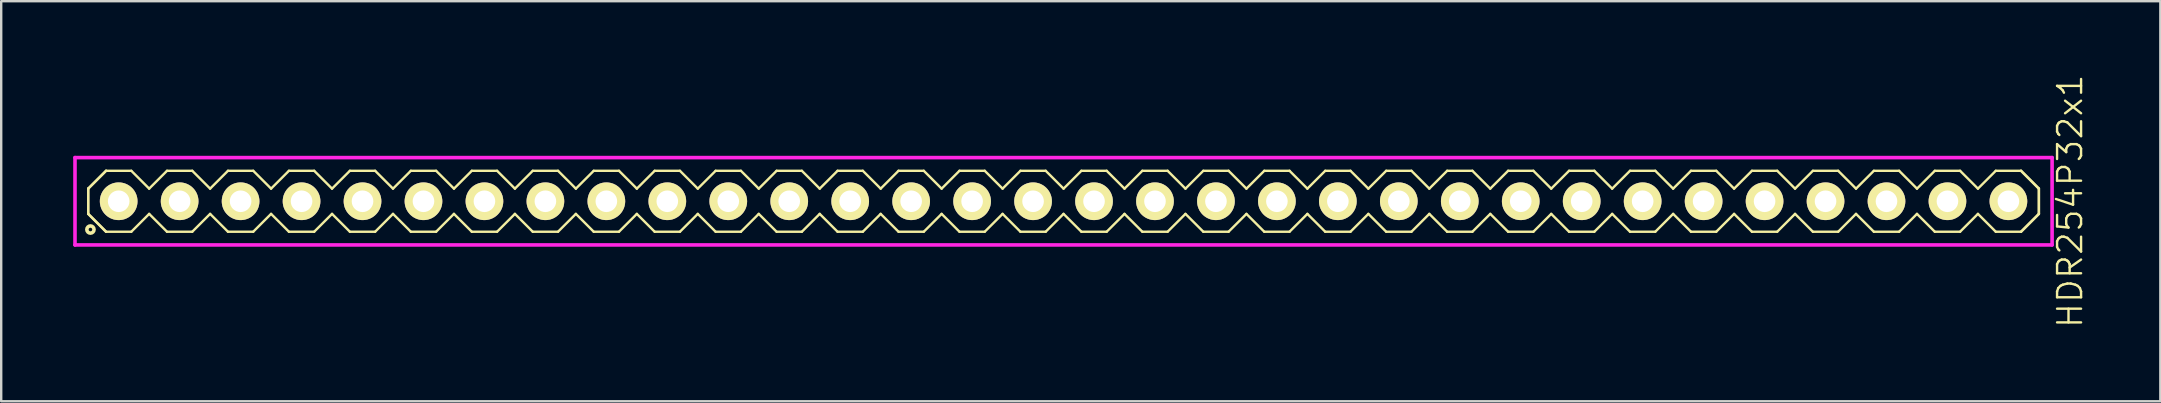
<source format=kicad_pcb>
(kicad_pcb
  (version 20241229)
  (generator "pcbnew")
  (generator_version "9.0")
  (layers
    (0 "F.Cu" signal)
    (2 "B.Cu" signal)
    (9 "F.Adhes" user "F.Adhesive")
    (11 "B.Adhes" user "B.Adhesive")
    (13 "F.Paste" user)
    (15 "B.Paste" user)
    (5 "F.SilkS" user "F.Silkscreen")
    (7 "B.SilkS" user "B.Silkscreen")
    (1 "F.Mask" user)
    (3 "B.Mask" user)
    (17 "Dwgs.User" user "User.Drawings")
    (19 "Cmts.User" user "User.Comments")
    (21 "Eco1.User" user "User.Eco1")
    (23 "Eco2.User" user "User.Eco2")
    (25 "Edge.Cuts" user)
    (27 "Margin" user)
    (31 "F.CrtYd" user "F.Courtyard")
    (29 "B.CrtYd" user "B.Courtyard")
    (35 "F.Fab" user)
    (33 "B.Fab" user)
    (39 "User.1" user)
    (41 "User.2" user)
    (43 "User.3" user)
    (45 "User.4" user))
  (footprint "HDR254P32x1"
    (layer "F.Cu")
    (at 41.265 5.336)
    (property "Reference" "HDR254P32x1" (at 41.94 0 90) (layer "F.SilkS") (effects (font (size 1 1) (thickness 0.1))))
    (attr through_hole)
    (fp_line (start -40.64 -0.526) (end -39.896 -1.27) (stroke (width 0.1) (type solid)) (layer "F.SilkS"))
    (fp_line (start -40.64 -0.526) (end -39.896 -1.27) (stroke (width 0.1) (type solid)) (layer "F.SilkS"))
    (fp_line (start -40.64 0.526) (end -40.64 -0.526) (stroke (width 0.1) (type solid)) (layer "F.SilkS"))
    (fp_line (start -40.64 0.526) (end -40.64 -0.526) (stroke (width 0.1) (type solid)) (layer "F.SilkS"))
    (fp_line (start -39.896 -1.27) (end -38.844 -1.27) (stroke (width 0.1) (type solid)) (layer "F.SilkS"))
    (fp_line (start -39.896 1.27) (end -40.64 0.526) (stroke (width 0.1) (type solid)) (layer "F.SilkS"))
    (fp_line (start -39.896 1.27) (end -40.64 0.526) (stroke (width 0.1) (type solid)) (layer "F.SilkS"))
    (fp_line (start -38.844 -1.27) (end -38.1 -0.526) (stroke (width 0.1) (type solid)) (layer "F.SilkS"))
    (fp_line (start -38.844 1.27) (end -39.896 1.27) (stroke (width 0.1) (type solid)) (layer "F.SilkS"))
    (fp_line (start -38.1 -0.526) (end -37.356 -1.27) (stroke (width 0.1) (type solid)) (layer "F.SilkS"))
    (fp_line (start -38.1 0.526) (end -38.844 1.27) (stroke (width 0.1) (type solid)) (layer "F.SilkS"))
    (fp_line (start -37.356 -1.27) (end -36.304 -1.27) (stroke (width 0.1) (type solid)) (layer "F.SilkS"))
    (fp_line (start -37.356 1.27) (end -38.1 0.526) (stroke (width 0.1) (type solid)) (layer "F.SilkS"))
    (fp_line (start -36.304 -1.27) (end -35.56 -0.526) (stroke (width 0.1) (type solid)) (layer "F.SilkS"))
    (fp_line (start -36.304 1.27) (end -37.356 1.27) (stroke (width 0.1) (type solid)) (layer "F.SilkS"))
    (fp_line (start -35.56 -0.526) (end -34.816 -1.27) (stroke (width 0.1) (type solid)) (layer "F.SilkS"))
    (fp_line (start -35.56 0.526) (end -36.304 1.27) (stroke (width 0.1) (type solid)) (layer "F.SilkS"))
    (fp_line (start -34.816 -1.27) (end -33.764 -1.27) (stroke (width 0.1) (type solid)) (layer "F.SilkS"))
    (fp_line (start -34.816 1.27) (end -35.56 0.526) (stroke (width 0.1) (type solid)) (layer "F.SilkS"))
    (fp_line (start -33.764 -1.27) (end -33.02 -0.526) (stroke (width 0.1) (type solid)) (layer "F.SilkS"))
    (fp_line (start -33.764 1.27) (end -34.816 1.27) (stroke (width 0.1) (type solid)) (layer "F.SilkS"))
    (fp_line (start -33.02 -0.526) (end -32.276 -1.27) (stroke (width 0.1) (type solid)) (layer "F.SilkS"))
    (fp_line (start -33.02 0.526) (end -33.764 1.27) (stroke (width 0.1) (type solid)) (layer "F.SilkS"))
    (fp_line (start -32.276 -1.27) (end -31.224 -1.27) (stroke (width 0.1) (type solid)) (layer "F.SilkS"))
    (fp_line (start -32.276 1.27) (end -33.02 0.526) (stroke (width 0.1) (type solid)) (layer "F.SilkS"))
    (fp_line (start -31.224 -1.27) (end -30.48 -0.526) (stroke (width 0.1) (type solid)) (layer "F.SilkS"))
    (fp_line (start -31.224 1.27) (end -32.276 1.27) (stroke (width 0.1) (type solid)) (layer "F.SilkS"))
    (fp_line (start -30.48 -0.526) (end -29.736 -1.27) (stroke (width 0.1) (type solid)) (layer "F.SilkS"))
    (fp_line (start -30.48 0.526) (end -31.224 1.27) (stroke (width 0.1) (type solid)) (layer "F.SilkS"))
    (fp_line (start -29.736 -1.27) (end -28.684 -1.27) (stroke (width 0.1) (type solid)) (layer "F.SilkS"))
    (fp_line (start -29.736 1.27) (end -30.48 0.526) (stroke (width 0.1) (type solid)) (layer "F.SilkS"))
    (fp_line (start -28.684 -1.27) (end -27.94 -0.526) (stroke (width 0.1) (type solid)) (layer "F.SilkS"))
    (fp_line (start -28.684 1.27) (end -29.736 1.27) (stroke (width 0.1) (type solid)) (layer "F.SilkS"))
    (fp_line (start -27.94 -0.526) (end -27.196 -1.27) (stroke (width 0.1) (type solid)) (layer "F.SilkS"))
    (fp_line (start -27.94 0.526) (end -28.684 1.27) (stroke (width 0.1) (type solid)) (layer "F.SilkS"))
    (fp_line (start -27.196 -1.27) (end -26.144 -1.27) (stroke (width 0.1) (type solid)) (layer "F.SilkS"))
    (fp_line (start -27.196 1.27) (end -27.94 0.526) (stroke (width 0.1) (type solid)) (layer "F.SilkS"))
    (fp_line (start -26.144 -1.27) (end -25.4 -0.526) (stroke (width 0.1) (type solid)) (layer "F.SilkS"))
    (fp_line (start -26.144 1.27) (end -27.196 1.27) (stroke (width 0.1) (type solid)) (layer "F.SilkS"))
    (fp_line (start -25.4 -0.526) (end -24.656 -1.27) (stroke (width 0.1) (type solid)) (layer "F.SilkS"))
    (fp_line (start -25.4 0.526) (end -26.144 1.27) (stroke (width 0.1) (type solid)) (layer "F.SilkS"))
    (fp_line (start -24.656 -1.27) (end -23.604 -1.27) (stroke (width 0.1) (type solid)) (layer "F.SilkS"))
    (fp_line (start -24.656 1.27) (end -25.4 0.526) (stroke (width 0.1) (type solid)) (layer "F.SilkS"))
    (fp_line (start -23.604 -1.27) (end -22.86 -0.526) (stroke (width 0.1) (type solid)) (layer "F.SilkS"))
    (fp_line (start -23.604 1.27) (end -24.656 1.27) (stroke (width 0.1) (type solid)) (layer "F.SilkS"))
    (fp_line (start -22.86 -0.526) (end -22.116 -1.27) (stroke (width 0.1) (type solid)) (layer "F.SilkS"))
    (fp_line (start -22.86 0.526) (end -23.604 1.27) (stroke (width 0.1) (type solid)) (layer "F.SilkS"))
    (fp_line (start -22.116 -1.27) (end -21.064 -1.27) (stroke (width 0.1) (type solid)) (layer "F.SilkS"))
    (fp_line (start -22.116 1.27) (end -22.86 0.526) (stroke (width 0.1) (type solid)) (layer "F.SilkS"))
    (fp_line (start -21.064 -1.27) (end -20.32 -0.526) (stroke (width 0.1) (type solid)) (layer "F.SilkS"))
    (fp_line (start -21.064 1.27) (end -22.116 1.27) (stroke (width 0.1) (type solid)) (layer "F.SilkS"))
    (fp_line (start -20.32 -0.526) (end -19.576 -1.27) (stroke (width 0.1) (type solid)) (layer "F.SilkS"))
    (fp_line (start -20.32 0.526) (end -21.064 1.27) (stroke (width 0.1) (type solid)) (layer "F.SilkS"))
    (fp_line (start -19.576 -1.27) (end -18.524 -1.27) (stroke (width 0.1) (type solid)) (layer "F.SilkS"))
    (fp_line (start -19.576 1.27) (end -20.32 0.526) (stroke (width 0.1) (type solid)) (layer "F.SilkS"))
    (fp_line (start -18.524 -1.27) (end -17.78 -0.526) (stroke (width 0.1) (type solid)) (layer "F.SilkS"))
    (fp_line (start -18.524 1.27) (end -19.576 1.27) (stroke (width 0.1) (type solid)) (layer "F.SilkS"))
    (fp_line (start -17.78 -0.526) (end -17.036 -1.27) (stroke (width 0.1) (type solid)) (layer "F.SilkS"))
    (fp_line (start -17.78 0.526) (end -18.524 1.27) (stroke (width 0.1) (type solid)) (layer "F.SilkS"))
    (fp_line (start -17.036 -1.27) (end -15.984 -1.27) (stroke (width 0.1) (type solid)) (layer "F.SilkS"))
    (fp_line (start -17.036 1.27) (end -17.78 0.526) (stroke (width 0.1) (type solid)) (layer "F.SilkS"))
    (fp_line (start -15.984 -1.27) (end -15.24 -0.526) (stroke (width 0.1) (type solid)) (layer "F.SilkS"))
    (fp_line (start -15.984 1.27) (end -17.036 1.27) (stroke (width 0.1) (type solid)) (layer "F.SilkS"))
    (fp_line (start -15.24 -0.526) (end -14.496 -1.27) (stroke (width 0.1) (type solid)) (layer "F.SilkS"))
    (fp_line (start -15.24 0.526) (end -15.984 1.27) (stroke (width 0.1) (type solid)) (layer "F.SilkS"))
    (fp_line (start -14.496 -1.27) (end -13.444 -1.27) (stroke (width 0.1) (type solid)) (layer "F.SilkS"))
    (fp_line (start -14.496 1.27) (end -15.24 0.526) (stroke (width 0.1) (type solid)) (layer "F.SilkS"))
    (fp_line (start -13.444 -1.27) (end -12.7 -0.526) (stroke (width 0.1) (type solid)) (layer "F.SilkS"))
    (fp_line (start -13.444 1.27) (end -14.496 1.27) (stroke (width 0.1) (type solid)) (layer "F.SilkS"))
    (fp_line (start -12.7 -0.526) (end -11.956 -1.27) (stroke (width 0.1) (type solid)) (layer "F.SilkS"))
    (fp_line (start -12.7 0.526) (end -13.444 1.27) (stroke (width 0.1) (type solid)) (layer "F.SilkS"))
    (fp_line (start -11.956 -1.27) (end -10.904 -1.27) (stroke (width 0.1) (type solid)) (layer "F.SilkS"))
    (fp_line (start -11.956 1.27) (end -12.7 0.526) (stroke (width 0.1) (type solid)) (layer "F.SilkS"))
    (fp_line (start -10.904 -1.27) (end -10.16 -0.526) (stroke (width 0.1) (type solid)) (layer "F.SilkS"))
    (fp_line (start -10.904 1.27) (end -11.956 1.27) (stroke (width 0.1) (type solid)) (layer "F.SilkS"))
    (fp_line (start -10.16 -0.526) (end -9.416 -1.27) (stroke (width 0.1) (type solid)) (layer "F.SilkS"))
    (fp_line (start -10.16 0.526) (end -10.904 1.27) (stroke (width 0.1) (type solid)) (layer "F.SilkS"))
    (fp_line (start -9.416 -1.27) (end -8.364 -1.27) (stroke (width 0.1) (type solid)) (layer "F.SilkS"))
    (fp_line (start -9.416 1.27) (end -10.16 0.526) (stroke (width 0.1) (type solid)) (layer "F.SilkS"))
    (fp_line (start -8.364 -1.27) (end -7.62 -0.526) (stroke (width 0.1) (type solid)) (layer "F.SilkS"))
    (fp_line (start -8.364 1.27) (end -9.416 1.27) (stroke (width 0.1) (type solid)) (layer "F.SilkS"))
    (fp_line (start -7.62 -0.526) (end -6.876 -1.27) (stroke (width 0.1) (type solid)) (layer "F.SilkS"))
    (fp_line (start -7.62 0.526) (end -8.364 1.27) (stroke (width 0.1) (type solid)) (layer "F.SilkS"))
    (fp_line (start -6.876 -1.27) (end -5.824 -1.27) (stroke (width 0.1) (type solid)) (layer "F.SilkS"))
    (fp_line (start -6.876 1.27) (end -7.62 0.526) (stroke (width 0.1) (type solid)) (layer "F.SilkS"))
    (fp_line (start -5.824 -1.27) (end -5.08 -0.526) (stroke (width 0.1) (type solid)) (layer "F.SilkS"))
    (fp_line (start -5.824 1.27) (end -6.876 1.27) (stroke (width 0.1) (type solid)) (layer "F.SilkS"))
    (fp_line (start -5.08 -0.526) (end -4.336 -1.27) (stroke (width 0.1) (type solid)) (layer "F.SilkS"))
    (fp_line (start -5.08 0.526) (end -5.824 1.27) (stroke (width 0.1) (type solid)) (layer "F.SilkS"))
    (fp_line (start -4.336 -1.27) (end -3.284 -1.27) (stroke (width 0.1) (type solid)) (layer "F.SilkS"))
    (fp_line (start -4.336 1.27) (end -5.08 0.526) (stroke (width 0.1) (type solid)) (layer "F.SilkS"))
    (fp_line (start -3.284 -1.27) (end -2.54 -0.526) (stroke (width 0.1) (type solid)) (layer "F.SilkS"))
    (fp_line (start -3.284 1.27) (end -4.336 1.27) (stroke (width 0.1) (type solid)) (layer "F.SilkS"))
    (fp_line (start -2.54 -0.526) (end -1.796 -1.27) (stroke (width 0.1) (type solid)) (layer "F.SilkS"))
    (fp_line (start -2.54 0.526) (end -3.284 1.27) (stroke (width 0.1) (type solid)) (layer "F.SilkS"))
    (fp_line (start -1.796 -1.27) (end -0.744 -1.27) (stroke (width 0.1) (type solid)) (layer "F.SilkS"))
    (fp_line (start -1.796 1.27) (end -2.54 0.526) (stroke (width 0.1) (type solid)) (layer "F.SilkS"))
    (fp_line (start -0.744 -1.27) (end 0 -0.526) (stroke (width 0.1) (type solid)) (layer "F.SilkS"))
    (fp_line (start -0.744 1.27) (end -1.796 1.27) (stroke (width 0.1) (type solid)) (layer "F.SilkS"))
    (fp_line (start 0 -0.526) (end 0.744 -1.27) (stroke (width 0.1) (type solid)) (layer "F.SilkS"))
    (fp_line (start 0 0.526) (end -0.744 1.27) (stroke (width 0.1) (type solid)) (layer "F.SilkS"))
    (fp_line (start 0.744 -1.27) (end 1.796 -1.27) (stroke (width 0.1) (type solid)) (layer "F.SilkS"))
    (fp_line (start 0.744 1.27) (end 0 0.526) (stroke (width 0.1) (type solid)) (layer "F.SilkS"))
    (fp_line (start 1.796 -1.27) (end 2.54 -0.526) (stroke (width 0.1) (type solid)) (layer "F.SilkS"))
    (fp_line (start 1.796 1.27) (end 0.744 1.27) (stroke (width 0.1) (type solid)) (layer "F.SilkS"))
    (fp_line (start 2.54 -0.526) (end 3.284 -1.27) (stroke (width 0.1) (type solid)) (layer "F.SilkS"))
    (fp_line (start 2.54 0.526) (end 1.796 1.27) (stroke (width 0.1) (type solid)) (layer "F.SilkS"))
    (fp_line (start 3.284 -1.27) (end 4.336 -1.27) (stroke (width 0.1) (type solid)) (layer "F.SilkS"))
    (fp_line (start 3.284 1.27) (end 2.54 0.526) (stroke (width 0.1) (type solid)) (layer "F.SilkS"))
    (fp_line (start 4.336 -1.27) (end 5.08 -0.526) (stroke (width 0.1) (type solid)) (layer "F.SilkS"))
    (fp_line (start 4.336 1.27) (end 3.284 1.27) (stroke (width 0.1) (type solid)) (layer "F.SilkS"))
    (fp_line (start 5.08 -0.526) (end 5.824 -1.27) (stroke (width 0.1) (type solid)) (layer "F.SilkS"))
    (fp_line (start 5.08 0.526) (end 4.336 1.27) (stroke (width 0.1) (type solid)) (layer "F.SilkS"))
    (fp_line (start 5.824 -1.27) (end 6.876 -1.27) (stroke (width 0.1) (type solid)) (layer "F.SilkS"))
    (fp_line (start 5.824 1.27) (end 5.08 0.526) (stroke (width 0.1) (type solid)) (layer "F.SilkS"))
    (fp_line (start 6.876 -1.27) (end 7.62 -0.526) (stroke (width 0.1) (type solid)) (layer "F.SilkS"))
    (fp_line (start 6.876 1.27) (end 5.824 1.27) (stroke (width 0.1) (type solid)) (layer "F.SilkS"))
    (fp_line (start 7.62 -0.526) (end 8.364 -1.27) (stroke (width 0.1) (type solid)) (layer "F.SilkS"))
    (fp_line (start 7.62 0.526) (end 6.876 1.27) (stroke (width 0.1) (type solid)) (layer "F.SilkS"))
    (fp_line (start 8.364 -1.27) (end 9.416 -1.27) (stroke (width 0.1) (type solid)) (layer "F.SilkS"))
    (fp_line (start 8.364 1.27) (end 7.62 0.526) (stroke (width 0.1) (type solid)) (layer "F.SilkS"))
    (fp_line (start 9.416 -1.27) (end 10.16 -0.526) (stroke (width 0.1) (type solid)) (layer "F.SilkS"))
    (fp_line (start 9.416 1.27) (end 8.364 1.27) (stroke (width 0.1) (type solid)) (layer "F.SilkS"))
    (fp_line (start 10.16 -0.526) (end 10.904 -1.27) (stroke (width 0.1) (type solid)) (layer "F.SilkS"))
    (fp_line (start 10.16 0.526) (end 9.416 1.27) (stroke (width 0.1) (type solid)) (layer "F.SilkS"))
    (fp_line (start 10.904 -1.27) (end 11.956 -1.27) (stroke (width 0.1) (type solid)) (layer "F.SilkS"))
    (fp_line (start 10.904 1.27) (end 10.16 0.526) (stroke (width 0.1) (type solid)) (layer "F.SilkS"))
    (fp_line (start 11.956 -1.27) (end 12.7 -0.526) (stroke (width 0.1) (type solid)) (layer "F.SilkS"))
    (fp_line (start 11.956 1.27) (end 10.904 1.27) (stroke (width 0.1) (type solid)) (layer "F.SilkS"))
    (fp_line (start 12.7 -0.526) (end 13.444 -1.27) (stroke (width 0.1) (type solid)) (layer "F.SilkS"))
    (fp_line (start 12.7 0.526) (end 11.956 1.27) (stroke (width 0.1) (type solid)) (layer "F.SilkS"))
    (fp_line (start 13.444 -1.27) (end 14.496 -1.27) (stroke (width 0.1) (type solid)) (layer "F.SilkS"))
    (fp_line (start 13.444 1.27) (end 12.7 0.526) (stroke (width 0.1) (type solid)) (layer "F.SilkS"))
    (fp_line (start 14.496 -1.27) (end 15.24 -0.526) (stroke (width 0.1) (type solid)) (layer "F.SilkS"))
    (fp_line (start 14.496 1.27) (end 13.444 1.27) (stroke (width 0.1) (type solid)) (layer "F.SilkS"))
    (fp_line (start 15.24 -0.526) (end 15.984 -1.27) (stroke (width 0.1) (type solid)) (layer "F.SilkS"))
    (fp_line (start 15.24 0.526) (end 14.496 1.27) (stroke (width 0.1) (type solid)) (layer "F.SilkS"))
    (fp_line (start 15.984 -1.27) (end 17.036 -1.27) (stroke (width 0.1) (type solid)) (layer "F.SilkS"))
    (fp_line (start 15.984 1.27) (end 15.24 0.526) (stroke (width 0.1) (type solid)) (layer "F.SilkS"))
    (fp_line (start 17.036 -1.27) (end 17.78 -0.526) (stroke (width 0.1) (type solid)) (layer "F.SilkS"))
    (fp_line (start 17.036 1.27) (end 15.984 1.27) (stroke (width 0.1) (type solid)) (layer "F.SilkS"))
    (fp_line (start 17.78 -0.526) (end 18.524 -1.27) (stroke (width 0.1) (type solid)) (layer "F.SilkS"))
    (fp_line (start 17.78 0.526) (end 17.036 1.27) (stroke (width 0.1) (type solid)) (layer "F.SilkS"))
    (fp_line (start 18.524 -1.27) (end 19.576 -1.27) (stroke (width 0.1) (type solid)) (layer "F.SilkS"))
    (fp_line (start 18.524 1.27) (end 17.78 0.526) (stroke (width 0.1) (type solid)) (layer "F.SilkS"))
    (fp_line (start 19.576 -1.27) (end 20.32 -0.526) (stroke (width 0.1) (type solid)) (layer "F.SilkS"))
    (fp_line (start 19.576 1.27) (end 18.524 1.27) (stroke (width 0.1) (type solid)) (layer "F.SilkS"))
    (fp_line (start 20.32 -0.526) (end 21.064 -1.27) (stroke (width 0.1) (type solid)) (layer "F.SilkS"))
    (fp_line (start 20.32 0.526) (end 19.576 1.27) (stroke (width 0.1) (type solid)) (layer "F.SilkS"))
    (fp_line (start 21.064 -1.27) (end 22.116 -1.27) (stroke (width 0.1) (type solid)) (layer "F.SilkS"))
    (fp_line (start 21.064 1.27) (end 20.32 0.526) (stroke (width 0.1) (type solid)) (layer "F.SilkS"))
    (fp_line (start 22.116 -1.27) (end 22.86 -0.526) (stroke (width 0.1) (type solid)) (layer "F.SilkS"))
    (fp_line (start 22.116 1.27) (end 21.064 1.27) (stroke (width 0.1) (type solid)) (layer "F.SilkS"))
    (fp_line (start 22.86 -0.526) (end 23.604 -1.27) (stroke (width 0.1) (type solid)) (layer "F.SilkS"))
    (fp_line (start 22.86 0.526) (end 22.116 1.27) (stroke (width 0.1) (type solid)) (layer "F.SilkS"))
    (fp_line (start 23.604 -1.27) (end 24.656 -1.27) (stroke (width 0.1) (type solid)) (layer "F.SilkS"))
    (fp_line (start 23.604 1.27) (end 22.86 0.526) (stroke (width 0.1) (type solid)) (layer "F.SilkS"))
    (fp_line (start 24.656 -1.27) (end 25.4 -0.526) (stroke (width 0.1) (type solid)) (layer "F.SilkS"))
    (fp_line (start 24.656 1.27) (end 23.604 1.27) (stroke (width 0.1) (type solid)) (layer "F.SilkS"))
    (fp_line (start 25.4 -0.526) (end 26.144 -1.27) (stroke (width 0.1) (type solid)) (layer "F.SilkS"))
    (fp_line (start 25.4 0.526) (end 24.656 1.27) (stroke (width 0.1) (type solid)) (layer "F.SilkS"))
    (fp_line (start 26.144 -1.27) (end 27.196 -1.27) (stroke (width 0.1) (type solid)) (layer "F.SilkS"))
    (fp_line (start 26.144 1.27) (end 25.4 0.526) (stroke (width 0.1) (type solid)) (layer "F.SilkS"))
    (fp_line (start 27.196 -1.27) (end 27.94 -0.526) (stroke (width 0.1) (type solid)) (layer "F.SilkS"))
    (fp_line (start 27.196 1.27) (end 26.144 1.27) (stroke (width 0.1) (type solid)) (layer "F.SilkS"))
    (fp_line (start 27.94 -0.526) (end 28.684 -1.27) (stroke (width 0.1) (type solid)) (layer "F.SilkS"))
    (fp_line (start 27.94 0.526) (end 27.196 1.27) (stroke (width 0.1) (type solid)) (layer "F.SilkS"))
    (fp_line (start 28.684 -1.27) (end 29.736 -1.27) (stroke (width 0.1) (type solid)) (layer "F.SilkS"))
    (fp_line (start 28.684 1.27) (end 27.94 0.526) (stroke (width 0.1) (type solid)) (layer "F.SilkS"))
    (fp_line (start 29.736 -1.27) (end 30.48 -0.526) (stroke (width 0.1) (type solid)) (layer "F.SilkS"))
    (fp_line (start 29.736 1.27) (end 28.684 1.27) (stroke (width 0.1) (type solid)) (layer "F.SilkS"))
    (fp_line (start 30.48 -0.526) (end 31.224 -1.27) (stroke (width 0.1) (type solid)) (layer "F.SilkS"))
    (fp_line (start 30.48 0.526) (end 29.736 1.27) (stroke (width 0.1) (type solid)) (layer "F.SilkS"))
    (fp_line (start 31.224 -1.27) (end 32.276 -1.27) (stroke (width 0.1) (type solid)) (layer "F.SilkS"))
    (fp_line (start 31.224 1.27) (end 30.48 0.526) (stroke (width 0.1) (type solid)) (layer "F.SilkS"))
    (fp_line (start 32.276 -1.27) (end 33.02 -0.526) (stroke (width 0.1) (type solid)) (layer "F.SilkS"))
    (fp_line (start 32.276 1.27) (end 31.224 1.27) (stroke (width 0.1) (type solid)) (layer "F.SilkS"))
    (fp_line (start 33.02 -0.526) (end 33.764 -1.27) (stroke (width 0.1) (type solid)) (layer "F.SilkS"))
    (fp_line (start 33.02 0.526) (end 32.276 1.27) (stroke (width 0.1) (type solid)) (layer "F.SilkS"))
    (fp_line (start 33.764 -1.27) (end 34.816 -1.27) (stroke (width 0.1) (type solid)) (layer "F.SilkS"))
    (fp_line (start 33.764 1.27) (end 33.02 0.526) (stroke (width 0.1) (type solid)) (layer "F.SilkS"))
    (fp_line (start 34.816 -1.27) (end 35.56 -0.526) (stroke (width 0.1) (type solid)) (layer "F.SilkS"))
    (fp_line (start 34.816 1.27) (end 33.764 1.27) (stroke (width 0.1) (type solid)) (layer "F.SilkS"))
    (fp_line (start 35.56 -0.526) (end 36.304 -1.27) (stroke (width 0.1) (type solid)) (layer "F.SilkS"))
    (fp_line (start 35.56 0.526) (end 34.816 1.27) (stroke (width 0.1) (type solid)) (layer "F.SilkS"))
    (fp_line (start 36.304 -1.27) (end 37.356 -1.27) (stroke (width 0.1) (type solid)) (layer "F.SilkS"))
    (fp_line (start 36.304 1.27) (end 35.56 0.526) (stroke (width 0.1) (type solid)) (layer "F.SilkS"))
    (fp_line (start 37.356 -1.27) (end 38.1 -0.526) (stroke (width 0.1) (type solid)) (layer "F.SilkS"))
    (fp_line (start 37.356 1.27) (end 36.304 1.27) (stroke (width 0.1) (type solid)) (layer "F.SilkS"))
    (fp_line (start 38.1 -0.526) (end 38.844 -1.27) (stroke (width 0.1) (type solid)) (layer "F.SilkS"))
    (fp_line (start 38.1 0.526) (end 37.356 1.27) (stroke (width 0.1) (type solid)) (layer "F.SilkS"))
    (fp_line (start 38.844 -1.27) (end 39.896 -1.27) (stroke (width 0.1) (type solid)) (layer "F.SilkS"))
    (fp_line (start 38.844 1.27) (end 38.1 0.526) (stroke (width 0.1) (type solid)) (layer "F.SilkS"))
    (fp_line (start 39.896 -1.27) (end 40.64 -0.526) (stroke (width 0.1) (type solid)) (layer "F.SilkS"))
    (fp_line (start 39.896 -1.27) (end 40.64 -0.526) (stroke (width 0.1) (type solid)) (layer "F.SilkS"))
    (fp_line (start 39.896 1.27) (end 38.844 1.27) (stroke (width 0.1) (type solid)) (layer "F.SilkS"))
    (fp_line (start 40.64 -0.526) (end 40.64 0.526) (stroke (width 0.1) (type solid)) (layer "F.SilkS"))
    (fp_line (start 40.64 -0.526) (end 40.64 0.526) (stroke (width 0.1) (type solid)) (layer "F.SilkS"))
    (fp_line (start 40.64 0.526) (end 39.896 1.27) (stroke (width 0.1) (type solid)) (layer "F.SilkS"))
    (fp_line (start 40.64 0.526) (end 39.896 1.27) (stroke (width 0.1) (type solid)) (layer "F.SilkS"))
    (fp_circle (center -40.547 1.178) (end -40.397 1.178) (stroke (width 0.15) (type solid)) (fill no) (layer "F.SilkS"))
    (fp_line (start -41.19 -1.82) (end -41.19 1.82) (stroke (width 0.15) (type solid)) (layer "F.CrtYd"))
    (fp_line (start -41.19 1.82) (end 41.19 1.82) (stroke (width 0.15) (type solid)) (layer "F.CrtYd"))
    (fp_line (start 41.19 -1.82) (end -41.19 -1.82) (stroke (width 0.15) (type solid)) (layer "F.CrtYd"))
    (fp_line (start 41.19 1.82) (end 41.19 -1.82) (stroke (width 0.15) (type solid)) (layer "F.CrtYd"))
    (pad "1" thru_hole oval (at -39.37 0) (size 1.57 1.57) (drill 0.9) (layers "*.Cu" "*.Mask" "F.SilkS"))
    (pad "2" thru_hole oval (at -36.83 0) (size 1.57 1.57) (drill 0.9) (layers "*.Cu" "*.Mask" "F.SilkS"))
    (pad "3" thru_hole oval (at -34.29 0) (size 1.57 1.57) (drill 0.9) (layers "*.Cu" "*.Mask" "F.SilkS"))
    (pad "4" thru_hole oval (at -31.75 0) (size 1.57 1.57) (drill 0.9) (layers "*.Cu" "*.Mask" "F.SilkS"))
    (pad "5" thru_hole oval (at -29.21 0) (size 1.57 1.57) (drill 0.9) (layers "*.Cu" "*.Mask" "F.SilkS"))
    (pad "6" thru_hole oval (at -26.67 0) (size 1.57 1.57) (drill 0.9) (layers "*.Cu" "*.Mask" "F.SilkS"))
    (pad "7" thru_hole oval (at -24.13 0) (size 1.57 1.57) (drill 0.9) (layers "*.Cu" "*.Mask" "F.SilkS"))
    (pad "8" thru_hole oval (at -21.59 0) (size 1.57 1.57) (drill 0.9) (layers "*.Cu" "*.Mask" "F.SilkS"))
    (pad "9" thru_hole oval (at -19.05 0) (size 1.57 1.57) (drill 0.9) (layers "*.Cu" "*.Mask" "F.SilkS"))
    (pad "10" thru_hole oval (at -16.51 0) (size 1.57 1.57) (drill 0.9) (layers "*.Cu" "*.Mask" "F.SilkS"))
    (pad "11" thru_hole oval (at -13.97 0) (size 1.57 1.57) (drill 0.9) (layers "*.Cu" "*.Mask" "F.SilkS"))
    (pad "12" thru_hole oval (at -11.43 0) (size 1.57 1.57) (drill 0.9) (layers "*.Cu" "*.Mask" "F.SilkS"))
    (pad "13" thru_hole oval (at -8.89 0) (size 1.57 1.57) (drill 0.9) (layers "*.Cu" "*.Mask" "F.SilkS"))
    (pad "14" thru_hole oval (at -6.35 0) (size 1.57 1.57) (drill 0.9) (layers "*.Cu" "*.Mask" "F.SilkS"))
    (pad "15" thru_hole oval (at -3.81 0) (size 1.57 1.57) (drill 0.9) (layers "*.Cu" "*.Mask" "F.SilkS"))
    (pad "16" thru_hole oval (at -1.27 0) (size 1.57 1.57) (drill 0.9) (layers "*.Cu" "*.Mask" "F.SilkS"))
    (pad "17" thru_hole oval (at 1.27 0) (size 1.57 1.57) (drill 0.9) (layers "*.Cu" "*.Mask" "F.SilkS"))
    (pad "18" thru_hole oval (at 3.81 0) (size 1.57 1.57) (drill 0.9) (layers "*.Cu" "*.Mask" "F.SilkS"))
    (pad "19" thru_hole oval (at 6.35 0) (size 1.57 1.57) (drill 0.9) (layers "*.Cu" "*.Mask" "F.SilkS"))
    (pad "20" thru_hole oval (at 8.89 0) (size 1.57 1.57) (drill 0.9) (layers "*.Cu" "*.Mask" "F.SilkS"))
    (pad "21" thru_hole oval (at 11.43 0) (size 1.57 1.57) (drill 0.9) (layers "*.Cu" "*.Mask" "F.SilkS"))
    (pad "22" thru_hole oval (at 13.97 0) (size 1.57 1.57) (drill 0.9) (layers "*.Cu" "*.Mask" "F.SilkS"))
    (pad "23" thru_hole oval (at 16.51 0) (size 1.57 1.57) (drill 0.9) (layers "*.Cu" "*.Mask" "F.SilkS"))
    (pad "24" thru_hole oval (at 19.05 0) (size 1.57 1.57) (drill 0.9) (layers "*.Cu" "*.Mask" "F.SilkS"))
    (pad "25" thru_hole oval (at 21.59 0) (size 1.57 1.57) (drill 0.9) (layers "*.Cu" "*.Mask" "F.SilkS"))
    (pad "26" thru_hole oval (at 24.13 0) (size 1.57 1.57) (drill 0.9) (layers "*.Cu" "*.Mask" "F.SilkS"))
    (pad "27" thru_hole oval (at 26.67 0) (size 1.57 1.57) (drill 0.9) (layers "*.Cu" "*.Mask" "F.SilkS"))
    (pad "28" thru_hole oval (at 29.21 0) (size 1.57 1.57) (drill 0.9) (layers "*.Cu" "*.Mask" "F.SilkS"))
    (pad "29" thru_hole oval (at 31.75 0) (size 1.57 1.57) (drill 0.9) (layers "*.Cu" "*.Mask" "F.SilkS"))
    (pad "30" thru_hole oval (at 34.29 0) (size 1.57 1.57) (drill 0.9) (layers "*.Cu" "*.Mask" "F.SilkS"))
    (pad "31" thru_hole oval (at 36.83 0) (size 1.57 1.57) (drill 0.9) (layers "*.Cu" "*.Mask" "F.SilkS"))
    (pad "32" thru_hole oval (at 39.37 0) (size 1.57 1.57) (drill 0.9) (layers "*.Cu" "*.Mask" "F.SilkS")))
  (gr_rect
    (start -3 -3)
    (end 86.966 13.671)
    (stroke (width 0.1) (type default))
    (fill no)
    (layer "Edge.Cuts")))
</source>
